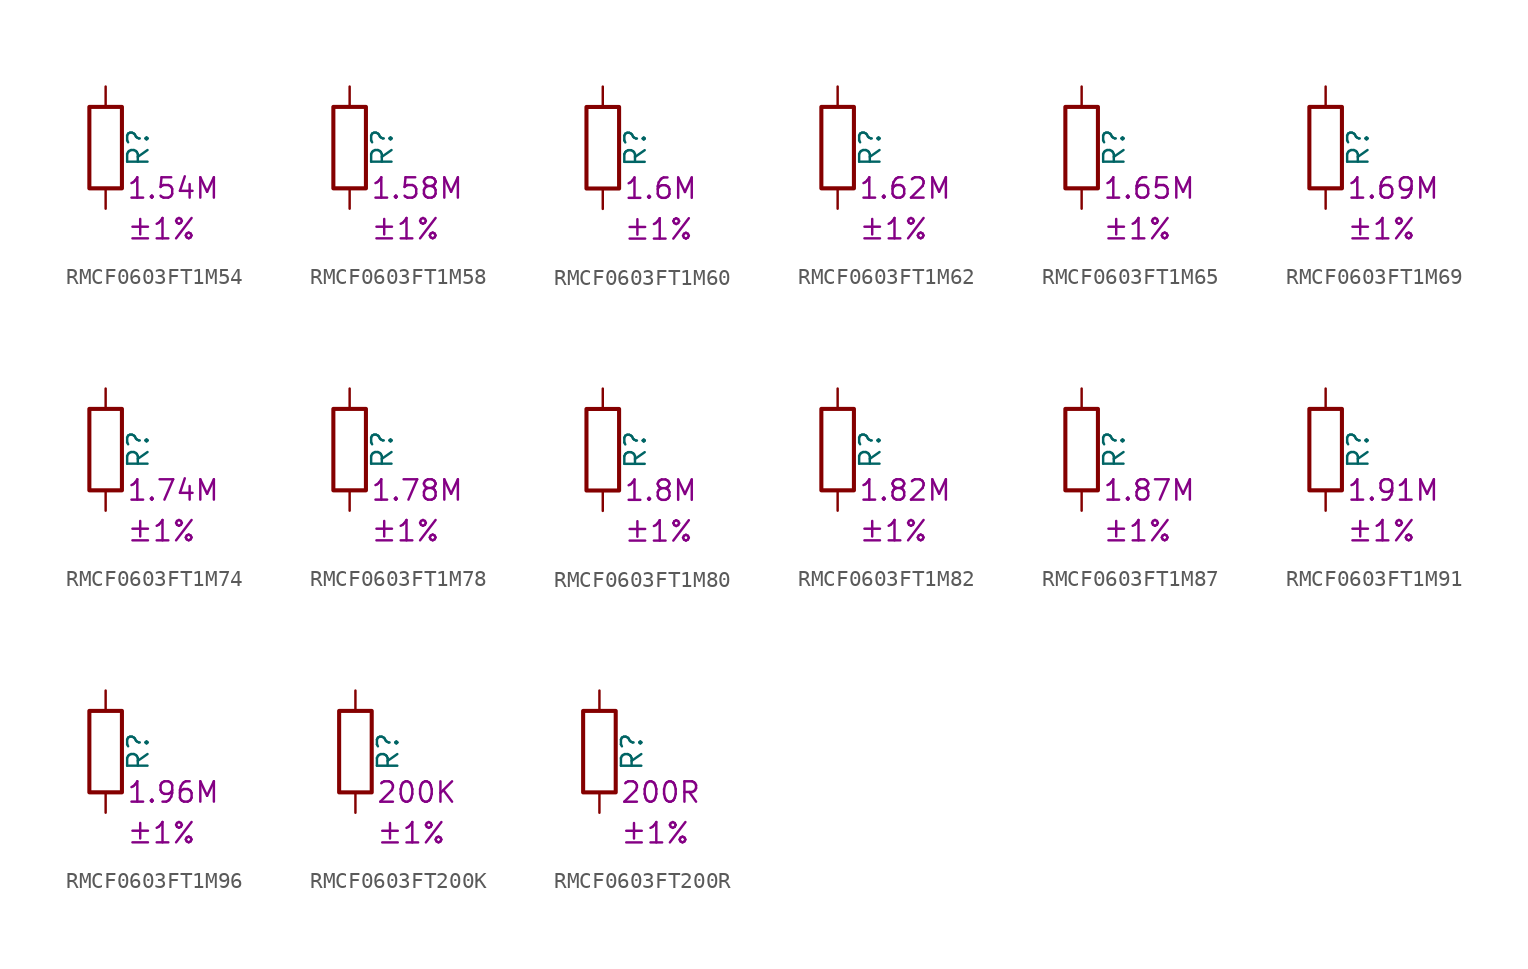
<source format=kicad_sym>
(kicad_symbol_lib
  (version 20220914)
  (generator kicad_symbol_editor)
  (symbol "RMCF0603FT1M54"
    (pin_numbers hide)
    (pin_names
      (offset 0))
    (property "Reference" "R"
      (at 2.032 0 90)
      (effects (font (size 1.27 1.27))))
    (property "Resistance" "1.54M"
      (at 1.27 -2.54 0)
      (effects (font (size 1.27 1.27)) (justify left)))
    (property "Tolerance" "±1%"
      (at 1.27 -5.08 0)
      (effects (font (size 1.27 1.27)) (justify left)))
    (symbol "RMCF0603FT1M54_0_1"
      (rectangle (start -1.016 -2.54) (end 1.016 2.54) (stroke (width 0.254) (type default)) (fill (type none))))
    (symbol "RMCF0603FT1M54_1_1"
      (pin passive line (at 0 3.81 270) (length 1.27) (name "~" (effects (font (size 1.27 1.27)))) (number "1" (effects (font (size 1.27 1.27)))))
      (pin passive line (at 0 -3.81 90) (length 1.27) (name "~" (effects (font (size 1.27 1.27)))) (number "2" (effects (font (size 1.27 1.27)))))))
  (symbol "RMCF0603FT1M58"
    (pin_numbers hide)
    (pin_names
      (offset 0))
    (property "Reference" "R"
      (at 2.032 0 90)
      (effects (font (size 1.27 1.27))))
    (property "Resistance" "1.58M"
      (at 1.27 -2.54 0)
      (effects (font (size 1.27 1.27)) (justify left)))
    (property "Tolerance" "±1%"
      (at 1.27 -5.08 0)
      (effects (font (size 1.27 1.27)) (justify left)))
    (symbol "RMCF0603FT1M58_0_1"
      (rectangle (start -1.016 -2.54) (end 1.016 2.54) (stroke (width 0.254) (type default)) (fill (type none))))
    (symbol "RMCF0603FT1M58_1_1"
      (pin passive line (at 0 3.81 270) (length 1.27) (name "~" (effects (font (size 1.27 1.27)))) (number "1" (effects (font (size 1.27 1.27)))))
      (pin passive line (at 0 -3.81 90) (length 1.27) (name "~" (effects (font (size 1.27 1.27)))) (number "2" (effects (font (size 1.27 1.27)))))))
  (symbol "RMCF0603FT1M60"
    (pin_numbers hide)
    (pin_names
      (offset 0))
    (property "Reference" "R"
      (at 2.032 0 90)
      (effects (font (size 1.27 1.27))))
    (property "Resistance" "1.6M"
      (at 1.27 -2.54 0)
      (effects (font (size 1.27 1.27)) (justify left)))
    (property "Tolerance" "±1%"
      (at 1.27 -5.08 0)
      (effects (font (size 1.27 1.27)) (justify left)))
    (symbol "RMCF0603FT1M60_0_1"
      (rectangle (start -1.016 -2.54) (end 1.016 2.54) (stroke (width 0.254) (type default)) (fill (type none))))
    (symbol "RMCF0603FT1M60_1_1"
      (pin passive line (at 0 3.81 270) (length 1.27) (name "~" (effects (font (size 1.27 1.27)))) (number "1" (effects (font (size 1.27 1.27)))))
      (pin passive line (at 0 -3.81 90) (length 1.27) (name "~" (effects (font (size 1.27 1.27)))) (number "2" (effects (font (size 1.27 1.27)))))))
  (symbol "RMCF0603FT1M62"
    (pin_numbers hide)
    (pin_names
      (offset 0))
    (property "Reference" "R"
      (at 2.032 0 90)
      (effects (font (size 1.27 1.27))))
    (property "Resistance" "1.62M"
      (at 1.27 -2.54 0)
      (effects (font (size 1.27 1.27)) (justify left)))
    (property "Tolerance" "±1%"
      (at 1.27 -5.08 0)
      (effects (font (size 1.27 1.27)) (justify left)))
    (symbol "RMCF0603FT1M62_0_1"
      (rectangle (start -1.016 -2.54) (end 1.016 2.54) (stroke (width 0.254) (type default)) (fill (type none))))
    (symbol "RMCF0603FT1M62_1_1"
      (pin passive line (at 0 3.81 270) (length 1.27) (name "~" (effects (font (size 1.27 1.27)))) (number "1" (effects (font (size 1.27 1.27)))))
      (pin passive line (at 0 -3.81 90) (length 1.27) (name "~" (effects (font (size 1.27 1.27)))) (number "2" (effects (font (size 1.27 1.27)))))))
  (symbol "RMCF0603FT1M65"
    (pin_numbers hide)
    (pin_names
      (offset 0))
    (property "Reference" "R"
      (at 2.032 0 90)
      (effects (font (size 1.27 1.27))))
    (property "Resistance" "1.65M"
      (at 1.27 -2.54 0)
      (effects (font (size 1.27 1.27)) (justify left)))
    (property "Tolerance" "±1%"
      (at 1.27 -5.08 0)
      (effects (font (size 1.27 1.27)) (justify left)))
    (symbol "RMCF0603FT1M65_0_1"
      (rectangle (start -1.016 -2.54) (end 1.016 2.54) (stroke (width 0.254) (type default)) (fill (type none))))
    (symbol "RMCF0603FT1M65_1_1"
      (pin passive line (at 0 3.81 270) (length 1.27) (name "~" (effects (font (size 1.27 1.27)))) (number "1" (effects (font (size 1.27 1.27)))))
      (pin passive line (at 0 -3.81 90) (length 1.27) (name "~" (effects (font (size 1.27 1.27)))) (number "2" (effects (font (size 1.27 1.27)))))))
  (symbol "RMCF0603FT1M69"
    (pin_numbers hide)
    (pin_names
      (offset 0))
    (property "Reference" "R"
      (at 2.032 0 90)
      (effects (font (size 1.27 1.27))))
    (property "Resistance" "1.69M"
      (at 1.27 -2.54 0)
      (effects (font (size 1.27 1.27)) (justify left)))
    (property "Tolerance" "±1%"
      (at 1.27 -5.08 0)
      (effects (font (size 1.27 1.27)) (justify left)))
    (symbol "RMCF0603FT1M69_0_1"
      (rectangle (start -1.016 -2.54) (end 1.016 2.54) (stroke (width 0.254) (type default)) (fill (type none))))
    (symbol "RMCF0603FT1M69_1_1"
      (pin passive line (at 0 3.81 270) (length 1.27) (name "~" (effects (font (size 1.27 1.27)))) (number "1" (effects (font (size 1.27 1.27)))))
      (pin passive line (at 0 -3.81 90) (length 1.27) (name "~" (effects (font (size 1.27 1.27)))) (number "2" (effects (font (size 1.27 1.27)))))))
  (symbol "RMCF0603FT1M74"
    (pin_numbers hide)
    (pin_names
      (offset 0))
    (property "Reference" "R"
      (at 2.032 0 90)
      (effects (font (size 1.27 1.27))))
    (property "Resistance" "1.74M"
      (at 1.27 -2.54 0)
      (effects (font (size 1.27 1.27)) (justify left)))
    (property "Tolerance" "±1%"
      (at 1.27 -5.08 0)
      (effects (font (size 1.27 1.27)) (justify left)))
    (symbol "RMCF0603FT1M74_0_1"
      (rectangle (start -1.016 -2.54) (end 1.016 2.54) (stroke (width 0.254) (type default)) (fill (type none))))
    (symbol "RMCF0603FT1M74_1_1"
      (pin passive line (at 0 3.81 270) (length 1.27) (name "~" (effects (font (size 1.27 1.27)))) (number "1" (effects (font (size 1.27 1.27)))))
      (pin passive line (at 0 -3.81 90) (length 1.27) (name "~" (effects (font (size 1.27 1.27)))) (number "2" (effects (font (size 1.27 1.27)))))))
  (symbol "RMCF0603FT1M78"
    (pin_numbers hide)
    (pin_names
      (offset 0))
    (property "Reference" "R"
      (at 2.032 0 90)
      (effects (font (size 1.27 1.27))))
    (property "Resistance" "1.78M"
      (at 1.27 -2.54 0)
      (effects (font (size 1.27 1.27)) (justify left)))
    (property "Tolerance" "±1%"
      (at 1.27 -5.08 0)
      (effects (font (size 1.27 1.27)) (justify left)))
    (symbol "RMCF0603FT1M78_0_1"
      (rectangle (start -1.016 -2.54) (end 1.016 2.54) (stroke (width 0.254) (type default)) (fill (type none))))
    (symbol "RMCF0603FT1M78_1_1"
      (pin passive line (at 0 3.81 270) (length 1.27) (name "~" (effects (font (size 1.27 1.27)))) (number "1" (effects (font (size 1.27 1.27)))))
      (pin passive line (at 0 -3.81 90) (length 1.27) (name "~" (effects (font (size 1.27 1.27)))) (number "2" (effects (font (size 1.27 1.27)))))))
  (symbol "RMCF0603FT1M80"
    (pin_numbers hide)
    (pin_names
      (offset 0))
    (property "Reference" "R"
      (at 2.032 0 90)
      (effects (font (size 1.27 1.27))))
    (property "Resistance" "1.8M"
      (at 1.27 -2.54 0)
      (effects (font (size 1.27 1.27)) (justify left)))
    (property "Tolerance" "±1%"
      (at 1.27 -5.08 0)
      (effects (font (size 1.27 1.27)) (justify left)))
    (symbol "RMCF0603FT1M80_0_1"
      (rectangle (start -1.016 -2.54) (end 1.016 2.54) (stroke (width 0.254) (type default)) (fill (type none))))
    (symbol "RMCF0603FT1M80_1_1"
      (pin passive line (at 0 3.81 270) (length 1.27) (name "~" (effects (font (size 1.27 1.27)))) (number "1" (effects (font (size 1.27 1.27)))))
      (pin passive line (at 0 -3.81 90) (length 1.27) (name "~" (effects (font (size 1.27 1.27)))) (number "2" (effects (font (size 1.27 1.27)))))))
  (symbol "RMCF0603FT1M82"
    (pin_numbers hide)
    (pin_names
      (offset 0))
    (property "Reference" "R"
      (at 2.032 0 90)
      (effects (font (size 1.27 1.27))))
    (property "Resistance" "1.82M"
      (at 1.27 -2.54 0)
      (effects (font (size 1.27 1.27)) (justify left)))
    (property "Tolerance" "±1%"
      (at 1.27 -5.08 0)
      (effects (font (size 1.27 1.27)) (justify left)))
    (symbol "RMCF0603FT1M82_0_1"
      (rectangle (start -1.016 -2.54) (end 1.016 2.54) (stroke (width 0.254) (type default)) (fill (type none))))
    (symbol "RMCF0603FT1M82_1_1"
      (pin passive line (at 0 3.81 270) (length 1.27) (name "~" (effects (font (size 1.27 1.27)))) (number "1" (effects (font (size 1.27 1.27)))))
      (pin passive line (at 0 -3.81 90) (length 1.27) (name "~" (effects (font (size 1.27 1.27)))) (number "2" (effects (font (size 1.27 1.27)))))))
  (symbol "RMCF0603FT1M87"
    (pin_numbers hide)
    (pin_names
      (offset 0))
    (property "Reference" "R"
      (at 2.032 0 90)
      (effects (font (size 1.27 1.27))))
    (property "Resistance" "1.87M"
      (at 1.27 -2.54 0)
      (effects (font (size 1.27 1.27)) (justify left)))
    (property "Tolerance" "±1%"
      (at 1.27 -5.08 0)
      (effects (font (size 1.27 1.27)) (justify left)))
    (symbol "RMCF0603FT1M87_0_1"
      (rectangle (start -1.016 -2.54) (end 1.016 2.54) (stroke (width 0.254) (type default)) (fill (type none))))
    (symbol "RMCF0603FT1M87_1_1"
      (pin passive line (at 0 3.81 270) (length 1.27) (name "~" (effects (font (size 1.27 1.27)))) (number "1" (effects (font (size 1.27 1.27)))))
      (pin passive line (at 0 -3.81 90) (length 1.27) (name "~" (effects (font (size 1.27 1.27)))) (number "2" (effects (font (size 1.27 1.27)))))))
  (symbol "RMCF0603FT1M91"
    (pin_numbers hide)
    (pin_names
      (offset 0))
    (property "Reference" "R"
      (at 2.032 0 90)
      (effects (font (size 1.27 1.27))))
    (property "Resistance" "1.91M"
      (at 1.27 -2.54 0)
      (effects (font (size 1.27 1.27)) (justify left)))
    (property "Tolerance" "±1%"
      (at 1.27 -5.08 0)
      (effects (font (size 1.27 1.27)) (justify left)))
    (symbol "RMCF0603FT1M91_0_1"
      (rectangle (start -1.016 -2.54) (end 1.016 2.54) (stroke (width 0.254) (type default)) (fill (type none))))
    (symbol "RMCF0603FT1M91_1_1"
      (pin passive line (at 0 3.81 270) (length 1.27) (name "~" (effects (font (size 1.27 1.27)))) (number "1" (effects (font (size 1.27 1.27)))))
      (pin passive line (at 0 -3.81 90) (length 1.27) (name "~" (effects (font (size 1.27 1.27)))) (number "2" (effects (font (size 1.27 1.27)))))))
  (symbol "RMCF0603FT1M96"
    (pin_numbers hide)
    (pin_names
      (offset 0))
    (property "Reference" "R"
      (at 2.032 0 90)
      (effects (font (size 1.27 1.27))))
    (property "Resistance" "1.96M"
      (at 1.27 -2.54 0)
      (effects (font (size 1.27 1.27)) (justify left)))
    (property "Tolerance" "±1%"
      (at 1.27 -5.08 0)
      (effects (font (size 1.27 1.27)) (justify left)))
    (symbol "RMCF0603FT1M96_0_1"
      (rectangle (start -1.016 -2.54) (end 1.016 2.54) (stroke (width 0.254) (type default)) (fill (type none))))
    (symbol "RMCF0603FT1M96_1_1"
      (pin passive line (at 0 3.81 270) (length 1.27) (name "~" (effects (font (size 1.27 1.27)))) (number "1" (effects (font (size 1.27 1.27)))))
      (pin passive line (at 0 -3.81 90) (length 1.27) (name "~" (effects (font (size 1.27 1.27)))) (number "2" (effects (font (size 1.27 1.27)))))))
  (symbol "RMCF0603FT200K"
    (pin_numbers hide)
    (pin_names
      (offset 0))
    (property "Reference" "R"
      (at 2.032 0 90)
      (effects (font (size 1.27 1.27))))
    (property "Resistance" "200K"
      (at 1.27 -2.54 0)
      (effects (font (size 1.27 1.27)) (justify left)))
    (property "Tolerance" "±1%"
      (at 1.27 -5.08 0)
      (effects (font (size 1.27 1.27)) (justify left)))
    (symbol "RMCF0603FT200K_0_1"
      (rectangle (start -1.016 -2.54) (end 1.016 2.54) (stroke (width 0.254) (type default)) (fill (type none))))
    (symbol "RMCF0603FT200K_1_1"
      (pin passive line (at 0 3.81 270) (length 1.27) (name "~" (effects (font (size 1.27 1.27)))) (number "1" (effects (font (size 1.27 1.27)))))
      (pin passive line (at 0 -3.81 90) (length 1.27) (name "~" (effects (font (size 1.27 1.27)))) (number "2" (effects (font (size 1.27 1.27)))))))
  (symbol "RMCF0603FT200R"
    (pin_numbers hide)
    (pin_names
      (offset 0))
    (property "Reference" "R"
      (at 2.032 0 90)
      (effects (font (size 1.27 1.27))))
    (property "Resistance" "200R"
      (at 1.27 -2.54 0)
      (effects (font (size 1.27 1.27)) (justify left)))
    (property "Tolerance" "±1%"
      (at 1.27 -5.08 0)
      (effects (font (size 1.27 1.27)) (justify left)))
    (symbol "RMCF0603FT200R_0_1"
      (rectangle (start -1.016 -2.54) (end 1.016 2.54) (stroke (width 0.254) (type default)) (fill (type none))))
    (symbol "RMCF0603FT200R_1_1"
      (pin passive line (at 0 3.81 270) (length 1.27) (name "~" (effects (font (size 1.27 1.27)))) (number "1" (effects (font (size 1.27 1.27)))))
      (pin passive line (at 0 -3.81 90) (length 1.27) (name "~" (effects (font (size 1.27 1.27)))) (number "2" (effects (font (size 1.27 1.27))))))))
</source>
